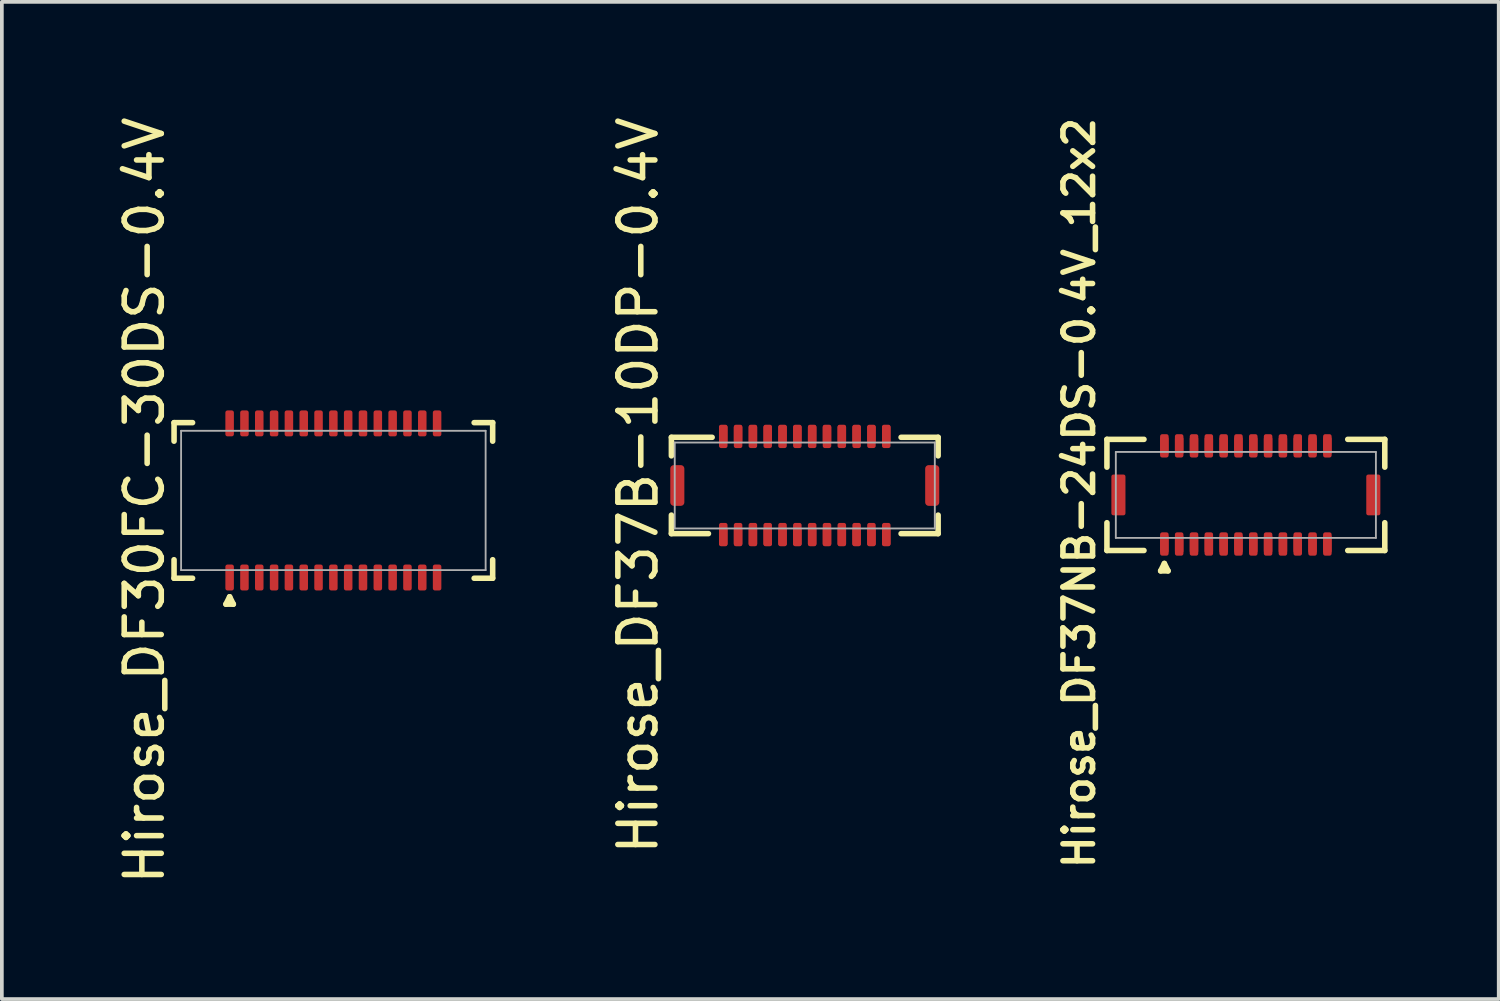
<source format=kicad_pcb>
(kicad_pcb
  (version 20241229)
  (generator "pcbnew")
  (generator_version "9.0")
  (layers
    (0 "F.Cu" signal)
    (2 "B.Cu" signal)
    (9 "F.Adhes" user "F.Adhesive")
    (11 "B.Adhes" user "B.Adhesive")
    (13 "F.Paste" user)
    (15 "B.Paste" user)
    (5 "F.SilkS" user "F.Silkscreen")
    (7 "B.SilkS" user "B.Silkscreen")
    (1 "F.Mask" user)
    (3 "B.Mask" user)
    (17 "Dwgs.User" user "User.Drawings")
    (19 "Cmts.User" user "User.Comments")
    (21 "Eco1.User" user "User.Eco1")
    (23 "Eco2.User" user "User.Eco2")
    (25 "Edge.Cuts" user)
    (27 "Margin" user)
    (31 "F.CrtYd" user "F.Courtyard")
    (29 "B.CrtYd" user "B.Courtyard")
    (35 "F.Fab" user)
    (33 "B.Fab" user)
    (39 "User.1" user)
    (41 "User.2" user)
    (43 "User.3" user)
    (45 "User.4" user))
  (footprint "Hirose_DF30FC-30DS-0.4V"
    (layer "F.Cu")
    (at 5.948 10.458)
    (property "Reference" "Hirose_DF30FC-30DS-0.4V" (at -5.1 0 90) (layer "F.SilkS") (effects (font (size 1 1) (thickness 0.15))))
    (attr smd)
    (fp_line (start -4.3 -2.1) (end -4.3 -1.6) (stroke (width 0.15) (type solid)) (layer "F.SilkS"))
    (fp_line (start -4.3 -2.1) (end -3.8 -2.1) (stroke (width 0.15) (type solid)) (layer "F.SilkS"))
    (fp_line (start -4.3 2.1) (end -4.3 1.6) (stroke (width 0.15) (type solid)) (layer "F.SilkS"))
    (fp_line (start -4.3 2.1) (end -3.8 2.1) (stroke (width 0.15) (type solid)) (layer "F.SilkS"))
    (fp_line (start -2.9 2.8) (end -2.7 2.8) (stroke (width 0.15) (type solid)) (layer "F.SilkS"))
    (fp_line (start -2.8 2.6) (end -2.9 2.8) (stroke (width 0.15) (type solid)) (layer "F.SilkS"))
    (fp_line (start -2.7 2.8) (end -2.8 2.6) (stroke (width 0.15) (type solid)) (layer "F.SilkS"))
    (fp_line (start 4.3 -2.1) (end 3.8 -2.1) (stroke (width 0.15) (type solid)) (layer "F.SilkS"))
    (fp_line (start 4.3 -2.1) (end 4.3 -1.6) (stroke (width 0.15) (type solid)) (layer "F.SilkS"))
    (fp_line (start 4.3 2.1) (end 3.8 2.1) (stroke (width 0.15) (type solid)) (layer "F.SilkS"))
    (fp_line (start 4.3 2.1) (end 4.3 1.6) (stroke (width 0.15) (type solid)) (layer "F.SilkS"))
    (fp_line (start -4.11 -1.88) (end 4.11 -1.88) (stroke (width 0.05) (type solid)) (layer "F.Fab"))
    (fp_line (start -4.11 1.88) (end -4.11 -1.88) (stroke (width 0.05) (type solid)) (layer "F.Fab"))
    (fp_line (start 4.11 -1.88) (end 4.11 1.88) (stroke (width 0.05) (type solid)) (layer "F.Fab"))
    (fp_line (start 4.11 1.88) (end -4.11 1.88) (stroke (width 0.05) (type solid)) (layer "F.Fab"))
    (pad "1" smd roundrect (at -2.8 2.08) (size 0.23 0.7) (layers "F.Cu" "F.Mask" "F.Paste") (roundrect_rratio 0.25))
    (pad "2" smd roundrect (at -2.4 2.08) (size 0.23 0.7) (layers "F.Cu" "F.Mask" "F.Paste") (roundrect_rratio 0.25))
    (pad "3" smd roundrect (at -2 2.08) (size 0.23 0.7) (layers "F.Cu" "F.Mask" "F.Paste") (roundrect_rratio 0.25))
    (pad "4" smd roundrect (at -1.6 2.08) (size 0.23 0.7) (layers "F.Cu" "F.Mask" "F.Paste") (roundrect_rratio 0.25))
    (pad "5" smd roundrect (at -1.2 2.08) (size 0.23 0.7) (layers "F.Cu" "F.Mask" "F.Paste") (roundrect_rratio 0.25))
    (pad "6" smd roundrect (at -0.8 2.08) (size 0.23 0.7) (layers "F.Cu" "F.Mask" "F.Paste") (roundrect_rratio 0.25))
    (pad "7" smd roundrect (at -0.4 2.08) (size 0.23 0.7) (layers "F.Cu" "F.Mask" "F.Paste") (roundrect_rratio 0.25))
    (pad "8" smd roundrect (at 0 2.08) (size 0.23 0.7) (layers "F.Cu" "F.Mask" "F.Paste") (roundrect_rratio 0.25))
    (pad "9" smd roundrect (at 0.4 2.08) (size 0.23 0.7) (layers "F.Cu" "F.Mask" "F.Paste") (roundrect_rratio 0.25))
    (pad "10" smd roundrect (at 0.8 2.08) (size 0.23 0.7) (layers "F.Cu" "F.Mask" "F.Paste") (roundrect_rratio 0.25))
    (pad "11" smd roundrect (at 1.2 2.08) (size 0.23 0.7) (layers "F.Cu" "F.Mask" "F.Paste") (roundrect_rratio 0.25))
    (pad "12" smd roundrect (at 1.6 2.08) (size 0.23 0.7) (layers "F.Cu" "F.Mask" "F.Paste") (roundrect_rratio 0.25))
    (pad "13" smd roundrect (at 2 2.08) (size 0.23 0.7) (layers "F.Cu" "F.Mask" "F.Paste") (roundrect_rratio 0.25))
    (pad "14" smd roundrect (at 2.4 2.08) (size 0.23 0.7) (layers "F.Cu" "F.Mask" "F.Paste") (roundrect_rratio 0.25))
    (pad "15" smd roundrect (at 2.8 2.08) (size 0.23 0.7) (layers "F.Cu" "F.Mask" "F.Paste") (roundrect_rratio 0.25))
    (pad "16" smd roundrect (at 2.8 -2.08) (size 0.23 0.7) (layers "F.Cu" "F.Mask" "F.Paste") (roundrect_rratio 0.25))
    (pad "17" smd roundrect (at 2.4 -2.08) (size 0.23 0.7) (layers "F.Cu" "F.Mask" "F.Paste") (roundrect_rratio 0.25))
    (pad "18" smd roundrect (at 2 -2.08) (size 0.23 0.7) (layers "F.Cu" "F.Mask" "F.Paste") (roundrect_rratio 0.25))
    (pad "19" smd roundrect (at 1.6 -2.08) (size 0.23 0.7) (layers "F.Cu" "F.Mask" "F.Paste") (roundrect_rratio 0.25))
    (pad "20" smd roundrect (at 1.2 -2.08) (size 0.23 0.7) (layers "F.Cu" "F.Mask" "F.Paste") (roundrect_rratio 0.25))
    (pad "21" smd roundrect (at 0.8 -2.08) (size 0.23 0.7) (layers "F.Cu" "F.Mask" "F.Paste") (roundrect_rratio 0.25))
    (pad "22" smd roundrect (at 0.4 -2.08) (size 0.23 0.7) (layers "F.Cu" "F.Mask" "F.Paste") (roundrect_rratio 0.25))
    (pad "23" smd roundrect (at 0 -2.08) (size 0.23 0.7) (layers "F.Cu" "F.Mask" "F.Paste") (roundrect_rratio 0.25))
    (pad "24" smd roundrect (at -0.4 -2.08) (size 0.23 0.7) (layers "F.Cu" "F.Mask" "F.Paste") (roundrect_rratio 0.25))
    (pad "25" smd roundrect (at -0.8 -2.08) (size 0.23 0.7) (layers "F.Cu" "F.Mask" "F.Paste") (roundrect_rratio 0.25))
    (pad "26" smd roundrect (at -1.2 -2.08) (size 0.23 0.7) (layers "F.Cu" "F.Mask" "F.Paste") (roundrect_rratio 0.25))
    (pad "27" smd roundrect (at -1.6 -2.08) (size 0.23 0.7) (layers "F.Cu" "F.Mask" "F.Paste") (roundrect_rratio 0.25))
    (pad "28" smd roundrect (at -2 -2.08) (size 0.23 0.7) (layers "F.Cu" "F.Mask" "F.Paste") (roundrect_rratio 0.25))
    (pad "29" smd roundrect (at -2.4 -2.08) (size 0.23 0.7) (layers "F.Cu" "F.Mask" "F.Paste") (roundrect_rratio 0.25))
    (pad "30" smd roundrect (at -2.8 -2.08) (size 0.23 0.7) (layers "F.Cu" "F.Mask" "F.Paste") (roundrect_rratio 0.25)))
  (footprint "Hirose_DF37B-10DP-0.4V"
    (layer "F.Cu")
    (at 18.672 10.054)
    (property "Reference" "Hirose_DF37B-10DP-0.4V" (at -4.5 0 270) (layer "F.SilkS") (effects (font (size 1 1) (thickness 0.15))))
    (attr smd)
    (fp_line (start -3.6 -1.3) (end -3.6 -0.8) (stroke (width 0.15) (type solid)) (layer "F.SilkS"))
    (fp_line (start -3.6 -1.3) (end -2.5 -1.3) (stroke (width 0.15) (type solid)) (layer "F.SilkS"))
    (fp_line (start -3.6 1.3) (end -3.6 0.8) (stroke (width 0.15) (type solid)) (layer "F.SilkS"))
    (fp_line (start -3.6 1.3) (end -2.6 1.3) (stroke (width 0.15) (type solid)) (layer "F.SilkS"))
    (fp_line (start 3.6 -1.3) (end 2.6 -1.3) (stroke (width 0.15) (type solid)) (layer "F.SilkS"))
    (fp_line (start 3.6 -1.3) (end 3.6 -0.8) (stroke (width 0.15) (type solid)) (layer "F.SilkS"))
    (fp_line (start 3.6 1.3) (end 2.6 1.3) (stroke (width 0.15) (type solid)) (layer "F.SilkS"))
    (fp_line (start 3.6 1.3) (end 3.6 0.8) (stroke (width 0.15) (type solid)) (layer "F.SilkS"))
    (fp_line (start -3.51 -1.16) (end -3.51 1.16) (stroke (width 0.05) (type solid)) (layer "F.Fab"))
    (fp_line (start -3.51 -1.16) (end 3.51 -1.16) (stroke (width 0.05) (type solid)) (layer "F.Fab"))
    (fp_line (start -3.51 1.16) (end 3.51 1.16) (stroke (width 0.05) (type solid)) (layer "F.Fab"))
    (fp_line (start 3.51 1.16) (end 3.51 -1.16) (stroke (width 0.05) (type solid)) (layer "F.Fab"))
    (pad "1" smd roundrect (at -2.2 1.325) (size 0.23 0.63) (layers "F.Cu" "F.Mask") (roundrect_rratio 0.25))
    (pad "1" smd roundrect (at -2.2 1.38) (size 0.23 0.5) (layers "F.Cu" "F.Paste") (roundrect_rratio 0.25))
    (pad "2" smd roundrect (at -2.2 -1.38) (size 0.23 0.5) (layers "F.Cu" "F.Paste") (roundrect_rratio 0.25))
    (pad "2" smd roundrect (at -2.2 -1.325) (size 0.23 0.63) (layers "F.Cu" "F.Mask") (roundrect_rratio 0.25))
    (pad "3" smd roundrect (at -1.8 1.325) (size 0.23 0.63) (layers "F.Cu" "F.Mask") (roundrect_rratio 0.25))
    (pad "3" smd roundrect (at -1.8 1.38) (size 0.23 0.5) (layers "F.Cu" "F.Paste") (roundrect_rratio 0.25))
    (pad "4" smd roundrect (at -1.8 -1.38) (size 0.23 0.5) (layers "F.Cu" "F.Paste") (roundrect_rratio 0.25))
    (pad "4" smd roundrect (at -1.8 -1.325) (size 0.23 0.63) (layers "F.Cu" "F.Mask") (roundrect_rratio 0.25))
    (pad "5" smd roundrect (at -1.4 1.325) (size 0.23 0.63) (layers "F.Cu" "F.Mask") (roundrect_rratio 0.25))
    (pad "5" smd roundrect (at -1.4 1.38) (size 0.23 0.5) (layers "F.Cu" "F.Paste") (roundrect_rratio 0.25))
    (pad "6" smd roundrect (at -1.4 -1.38) (size 0.23 0.5) (layers "F.Cu" "F.Paste") (roundrect_rratio 0.25))
    (pad "6" smd roundrect (at -1.4 -1.325) (size 0.23 0.63) (layers "F.Cu" "F.Mask") (roundrect_rratio 0.25))
    (pad "7" smd roundrect (at -1 1.325) (size 0.23 0.63) (layers "F.Cu" "F.Mask") (roundrect_rratio 0.25))
    (pad "7" smd roundrect (at -1 1.38) (size 0.23 0.5) (layers "F.Cu" "F.Paste") (roundrect_rratio 0.25))
    (pad "8" smd roundrect (at -1 -1.38) (size 0.23 0.5) (layers "F.Cu" "F.Paste") (roundrect_rratio 0.25))
    (pad "8" smd roundrect (at -1 -1.325) (size 0.23 0.63) (layers "F.Cu" "F.Mask") (roundrect_rratio 0.25))
    (pad "9" smd roundrect (at -0.6 1.325) (size 0.23 0.63) (layers "F.Cu" "F.Mask") (roundrect_rratio 0.25))
    (pad "9" smd roundrect (at -0.6 1.38) (size 0.23 0.5) (layers "F.Cu" "F.Paste") (roundrect_rratio 0.25))
    (pad "10" smd roundrect (at -0.6 -1.38) (size 0.23 0.5) (layers "F.Cu" "F.Paste") (roundrect_rratio 0.25))
    (pad "10" smd roundrect (at -0.6 -1.325) (size 0.23 0.63) (layers "F.Cu" "F.Mask") (roundrect_rratio 0.25))
    (pad "11" smd roundrect (at -0.2 1.325) (size 0.23 0.63) (layers "F.Cu" "F.Mask") (roundrect_rratio 0.25))
    (pad "11" smd roundrect (at -0.2 1.38) (size 0.23 0.5) (layers "F.Cu" "F.Paste") (roundrect_rratio 0.25))
    (pad "12" smd roundrect (at -0.2 -1.38) (size 0.23 0.5) (layers "F.Cu" "F.Paste") (roundrect_rratio 0.25))
    (pad "12" smd roundrect (at -0.2 -1.325) (size 0.23 0.63) (layers "F.Cu" "F.Mask") (roundrect_rratio 0.25))
    (pad "13" smd roundrect (at 0.2 1.325) (size 0.23 0.63) (layers "F.Cu" "F.Mask") (roundrect_rratio 0.25))
    (pad "13" smd roundrect (at 0.2 1.38) (size 0.23 0.5) (layers "F.Cu" "F.Paste") (roundrect_rratio 0.25))
    (pad "14" smd roundrect (at 0.2 -1.38) (size 0.23 0.5) (layers "F.Cu" "F.Paste") (roundrect_rratio 0.25))
    (pad "14" smd roundrect (at 0.2 -1.325) (size 0.23 0.63) (layers "F.Cu" "F.Mask") (roundrect_rratio 0.25))
    (pad "15" smd roundrect (at 0.6 1.325) (size 0.23 0.63) (layers "F.Cu" "F.Mask") (roundrect_rratio 0.25))
    (pad "15" smd roundrect (at 0.6 1.38) (size 0.23 0.5) (layers "F.Cu" "F.Paste") (roundrect_rratio 0.25))
    (pad "16" smd roundrect (at 0.6 -1.38) (size 0.23 0.5) (layers "F.Cu" "F.Paste") (roundrect_rratio 0.25))
    (pad "16" smd roundrect (at 0.6 -1.325) (size 0.23 0.63) (layers "F.Cu" "F.Mask") (roundrect_rratio 0.25))
    (pad "17" smd roundrect (at 1 1.325) (size 0.23 0.63) (layers "F.Cu" "F.Mask") (roundrect_rratio 0.25))
    (pad "17" smd roundrect (at 1 1.38) (size 0.23 0.5) (layers "F.Cu" "F.Paste") (roundrect_rratio 0.25))
    (pad "18" smd roundrect (at 1 -1.38) (size 0.23 0.5) (layers "F.Cu" "F.Paste") (roundrect_rratio 0.25))
    (pad "18" smd roundrect (at 1 -1.325) (size 0.23 0.63) (layers "F.Cu" "F.Mask") (roundrect_rratio 0.25))
    (pad "19" smd roundrect (at 1.4 1.325) (size 0.23 0.63) (layers "F.Cu" "F.Mask") (roundrect_rratio 0.25))
    (pad "19" smd roundrect (at 1.4 1.38) (size 0.23 0.5) (layers "F.Cu" "F.Paste") (roundrect_rratio 0.25))
    (pad "20" smd roundrect (at 1.4 -1.38) (size 0.23 0.5) (layers "F.Cu" "F.Paste") (roundrect_rratio 0.25))
    (pad "20" smd roundrect (at 1.4 -1.325) (size 0.23 0.63) (layers "F.Cu" "F.Mask") (roundrect_rratio 0.25))
    (pad "21" smd roundrect (at 1.8 1.325) (size 0.23 0.63) (layers "F.Cu" "F.Mask") (roundrect_rratio 0.25))
    (pad "21" smd roundrect (at 1.8 1.38) (size 0.23 0.5) (layers "F.Cu" "F.Paste") (roundrect_rratio 0.25))
    (pad "22" smd roundrect (at 1.8 -1.38) (size 0.23 0.5) (layers "F.Cu" "F.Paste") (roundrect_rratio 0.25))
    (pad "22" smd roundrect (at 1.8 -1.325) (size 0.23 0.63) (layers "F.Cu" "F.Mask") (roundrect_rratio 0.25))
    (pad "23" smd roundrect (at 2.2 1.325) (size 0.23 0.63) (layers "F.Cu" "F.Mask") (roundrect_rratio 0.25))
    (pad "23" smd roundrect (at 2.2 1.38) (size 0.23 0.5) (layers "F.Cu" "F.Paste") (roundrect_rratio 0.25))
    (pad "24" smd roundrect (at 2.2 -1.38) (size 0.23 0.5) (layers "F.Cu" "F.Paste") (roundrect_rratio 0.25))
    (pad "24" smd roundrect (at 2.2 -1.325) (size 0.23 0.63) (layers "F.Cu" "F.Mask") (roundrect_rratio 0.25))
    (pad "MP" smd roundrect (at -3.44 0) (size 0.38 1.1) (layers "F.Cu" "F.Mask" "F.Paste") (roundrect_rratio 0.25))
    (pad "MP" smd roundrect (at 3.44 0) (size 0.38 1.1) (layers "F.Cu" "F.Mask" "F.Paste") (roundrect_rratio 0.25)))
  (footprint "Hirose_DF37NB-24DS-0.4V_12x2"
    (layer "F.Cu")
    (at 30.578 10.309)
    (property "Reference" "Hirose_DF37NB-24DS-0.4V_12x2" (at -4.5 -0.05 90) (layer "F.SilkS") (effects (font (size 0.8 0.8) (thickness 0.15))))
    (attr smd)
    (fp_line (start -3.75 -1.5) (end -3.75 -0.75) (stroke (width 0.15) (type solid)) (layer "F.SilkS"))
    (fp_line (start -3.75 -1.5) (end -2.75 -1.5) (stroke (width 0.15) (type solid)) (layer "F.SilkS"))
    (fp_line (start -3.75 0.75) (end -3.75 1.5) (stroke (width 0.15) (type solid)) (layer "F.SilkS"))
    (fp_line (start -3.75 1.5) (end -2.75 1.5) (stroke (width 0.15) (type solid)) (layer "F.SilkS"))
    (fp_line (start -2.3 2.05) (end -2.1 2.05) (stroke (width 0.15) (type solid)) (layer "F.SilkS"))
    (fp_line (start -2.2 1.85) (end -2.3 2.05) (stroke (width 0.15) (type solid)) (layer "F.SilkS"))
    (fp_line (start -2.1 2.05) (end -2.2 1.85) (stroke (width 0.15) (type solid)) (layer "F.SilkS"))
    (fp_line (start 2.75 -1.5) (end 3.75 -1.5) (stroke (width 0.15) (type solid)) (layer "F.SilkS"))
    (fp_line (start 2.75 1.5) (end 3.75 1.5) (stroke (width 0.15) (type solid)) (layer "F.SilkS"))
    (fp_line (start 3.75 -1.5) (end 3.75 -0.75) (stroke (width 0.15) (type solid)) (layer "F.SilkS"))
    (fp_line (start 3.75 1.5) (end 3.75 0.75) (stroke (width 0.15) (type solid)) (layer "F.SilkS"))
    (fp_line (start -3.51 -1.16) (end 3.51 -1.16) (stroke (width 0.05) (type solid)) (layer "F.Fab"))
    (fp_line (start -3.51 1.16) (end -3.51 -1.16) (stroke (width 0.05) (type solid)) (layer "F.Fab"))
    (fp_line (start 3.51 -1.16) (end 3.51 1.16) (stroke (width 0.05) (type solid)) (layer "F.Fab"))
    (fp_line (start 3.51 1.16) (end -3.51 1.16) (stroke (width 0.05) (type solid)) (layer "F.Fab"))
    (pad "1" smd roundrect (at -2.2 1.325) (size 0.23 0.5) (layers "F.Cu" "F.Paste") (roundrect_rratio 0.25))
    (pad "1" smd roundrect (at -2.2 1.325) (size 0.23 0.63) (layers "F.Cu" "F.Mask") (roundrect_rratio 0.25))
    (pad "2" smd roundrect (at -2.2 -1.325) (size 0.23 0.5) (layers "F.Cu" "F.Paste") (roundrect_rratio 0.25))
    (pad "2" smd roundrect (at -2.2 -1.325) (size 0.23 0.63) (layers "F.Cu" "F.Mask") (roundrect_rratio 0.25))
    (pad "3" smd roundrect (at -1.8 1.325) (size 0.23 0.5) (layers "F.Cu" "F.Paste") (roundrect_rratio 0.25))
    (pad "3" smd roundrect (at -1.8 1.325) (size 0.23 0.63) (layers "F.Cu" "F.Mask") (roundrect_rratio 0.25))
    (pad "4" smd roundrect (at -1.8 -1.325) (size 0.23 0.5) (layers "F.Cu" "F.Paste") (roundrect_rratio 0.25))
    (pad "4" smd roundrect (at -1.8 -1.325) (size 0.23 0.63) (layers "F.Cu" "F.Mask") (roundrect_rratio 0.25))
    (pad "5" smd roundrect (at -1.4 1.325) (size 0.23 0.5) (layers "F.Cu" "F.Paste") (roundrect_rratio 0.25))
    (pad "5" smd roundrect (at -1.4 1.325) (size 0.23 0.63) (layers "F.Cu" "F.Mask") (roundrect_rratio 0.25))
    (pad "6" smd roundrect (at -1.4 -1.325) (size 0.23 0.5) (layers "F.Cu" "F.Paste") (roundrect_rratio 0.25))
    (pad "6" smd roundrect (at -1.4 -1.325) (size 0.23 0.63) (layers "F.Cu" "F.Mask") (roundrect_rratio 0.25))
    (pad "7" smd roundrect (at -1 1.325) (size 0.23 0.5) (layers "F.Cu" "F.Paste") (roundrect_rratio 0.25))
    (pad "7" smd roundrect (at -1 1.325) (size 0.23 0.63) (layers "F.Cu" "F.Mask") (roundrect_rratio 0.25))
    (pad "8" smd roundrect (at -1 -1.325) (size 0.23 0.5) (layers "F.Cu" "F.Paste") (roundrect_rratio 0.25))
    (pad "8" smd roundrect (at -1 -1.325) (size 0.23 0.63) (layers "F.Cu" "F.Mask") (roundrect_rratio 0.25))
    (pad "9" smd roundrect (at -0.6 1.325) (size 0.23 0.5) (layers "F.Cu" "F.Paste") (roundrect_rratio 0.25))
    (pad "9" smd roundrect (at -0.6 1.325) (size 0.23 0.63) (layers "F.Cu" "F.Mask") (roundrect_rratio 0.25))
    (pad "10" smd roundrect (at -0.6 -1.325) (size 0.23 0.5) (layers "F.Cu" "F.Paste") (roundrect_rratio 0.25))
    (pad "10" smd roundrect (at -0.6 -1.325) (size 0.23 0.63) (layers "F.Cu" "F.Mask") (roundrect_rratio 0.25))
    (pad "11" smd roundrect (at -0.2 1.325) (size 0.23 0.5) (layers "F.Cu" "F.Paste") (roundrect_rratio 0.25))
    (pad "11" smd roundrect (at -0.2 1.325) (size 0.23 0.63) (layers "F.Cu" "F.Mask") (roundrect_rratio 0.25))
    (pad "12" smd roundrect (at -0.2 -1.325) (size 0.23 0.5) (layers "F.Cu" "F.Paste") (roundrect_rratio 0.25))
    (pad "12" smd roundrect (at -0.2 -1.325) (size 0.23 0.63) (layers "F.Cu" "F.Mask") (roundrect_rratio 0.25))
    (pad "13" smd roundrect (at 0.2 1.325) (size 0.23 0.5) (layers "F.Cu" "F.Paste") (roundrect_rratio 0.25))
    (pad "13" smd roundrect (at 0.2 1.325) (size 0.23 0.63) (layers "F.Cu" "F.Mask") (roundrect_rratio 0.25))
    (pad "14" smd roundrect (at 0.2 -1.325) (size 0.23 0.5) (layers "F.Cu" "F.Paste") (roundrect_rratio 0.25))
    (pad "14" smd roundrect (at 0.2 -1.325) (size 0.23 0.63) (layers "F.Cu" "F.Mask") (roundrect_rratio 0.25))
    (pad "15" smd roundrect (at 0.6 1.325) (size 0.23 0.5) (layers "F.Cu" "F.Paste") (roundrect_rratio 0.25))
    (pad "15" smd roundrect (at 0.6 1.325) (size 0.23 0.63) (layers "F.Cu" "F.Mask") (roundrect_rratio 0.25))
    (pad "16" smd roundrect (at 0.6 -1.325) (size 0.23 0.5) (layers "F.Cu" "F.Paste") (roundrect_rratio 0.25))
    (pad "16" smd roundrect (at 0.6 -1.325) (size 0.23 0.63) (layers "F.Cu" "F.Mask") (roundrect_rratio 0.25))
    (pad "17" smd roundrect (at 1 1.325) (size 0.23 0.5) (layers "F.Cu" "F.Paste") (roundrect_rratio 0.25))
    (pad "17" smd roundrect (at 1 1.325) (size 0.23 0.63) (layers "F.Cu" "F.Mask") (roundrect_rratio 0.25))
    (pad "18" smd roundrect (at 1 -1.325) (size 0.23 0.5) (layers "F.Cu" "F.Paste") (roundrect_rratio 0.25))
    (pad "18" smd roundrect (at 1 -1.325) (size 0.23 0.63) (layers "F.Cu" "F.Mask") (roundrect_rratio 0.25))
    (pad "19" smd roundrect (at 1.4 1.325) (size 0.23 0.5) (layers "F.Cu" "F.Paste") (roundrect_rratio 0.25))
    (pad "19" smd roundrect (at 1.4 1.325) (size 0.23 0.63) (layers "F.Cu" "F.Mask") (roundrect_rratio 0.25))
    (pad "20" smd roundrect (at 1.4 -1.325) (size 0.23 0.5) (layers "F.Cu" "F.Paste") (roundrect_rratio 0.25))
    (pad "20" smd roundrect (at 1.4 -1.325) (size 0.23 0.63) (layers "F.Cu" "F.Mask") (roundrect_rratio 0.25))
    (pad "21" smd roundrect (at 1.8 1.325) (size 0.23 0.5) (layers "F.Cu" "F.Paste") (roundrect_rratio 0.25))
    (pad "21" smd roundrect (at 1.8 1.325) (size 0.23 0.63) (layers "F.Cu" "F.Mask") (roundrect_rratio 0.25))
    (pad "22" smd roundrect (at 1.8 -1.325) (size 0.23 0.5) (layers "F.Cu" "F.Paste") (roundrect_rratio 0.25))
    (pad "22" smd roundrect (at 1.8 -1.325) (size 0.23 0.63) (layers "F.Cu" "F.Mask") (roundrect_rratio 0.25))
    (pad "23" smd roundrect (at 2.2 1.325) (size 0.23 0.5) (layers "F.Cu" "F.Paste") (roundrect_rratio 0.25))
    (pad "23" smd roundrect (at 2.2 1.325) (size 0.23 0.63) (layers "F.Cu" "F.Mask") (roundrect_rratio 0.25))
    (pad "24" smd roundrect (at 2.2 -1.325) (size 0.23 0.5) (layers "F.Cu" "F.Paste") (roundrect_rratio 0.25))
    (pad "24" smd roundrect (at 2.2 -1.325) (size 0.23 0.63) (layers "F.Cu" "F.Mask") (roundrect_rratio 0.25))
    (pad "25" smd roundrect (at -3.44 0) (size 0.38 1.1) (layers "F.Cu" "F.Mask" "F.Paste") (roundrect_rratio 0.14))
    (pad "26" smd roundrect (at 3.44 0) (size 0.38 1.1) (layers "F.Cu" "F.Mask" "F.Paste") (roundrect_rratio 0.14)))
  (gr_rect
    (start -3 -3)
    (end 37.403 23.917)
    (stroke (width 0.1) (type default))
    (fill no)
    (layer "Edge.Cuts")))
</source>
